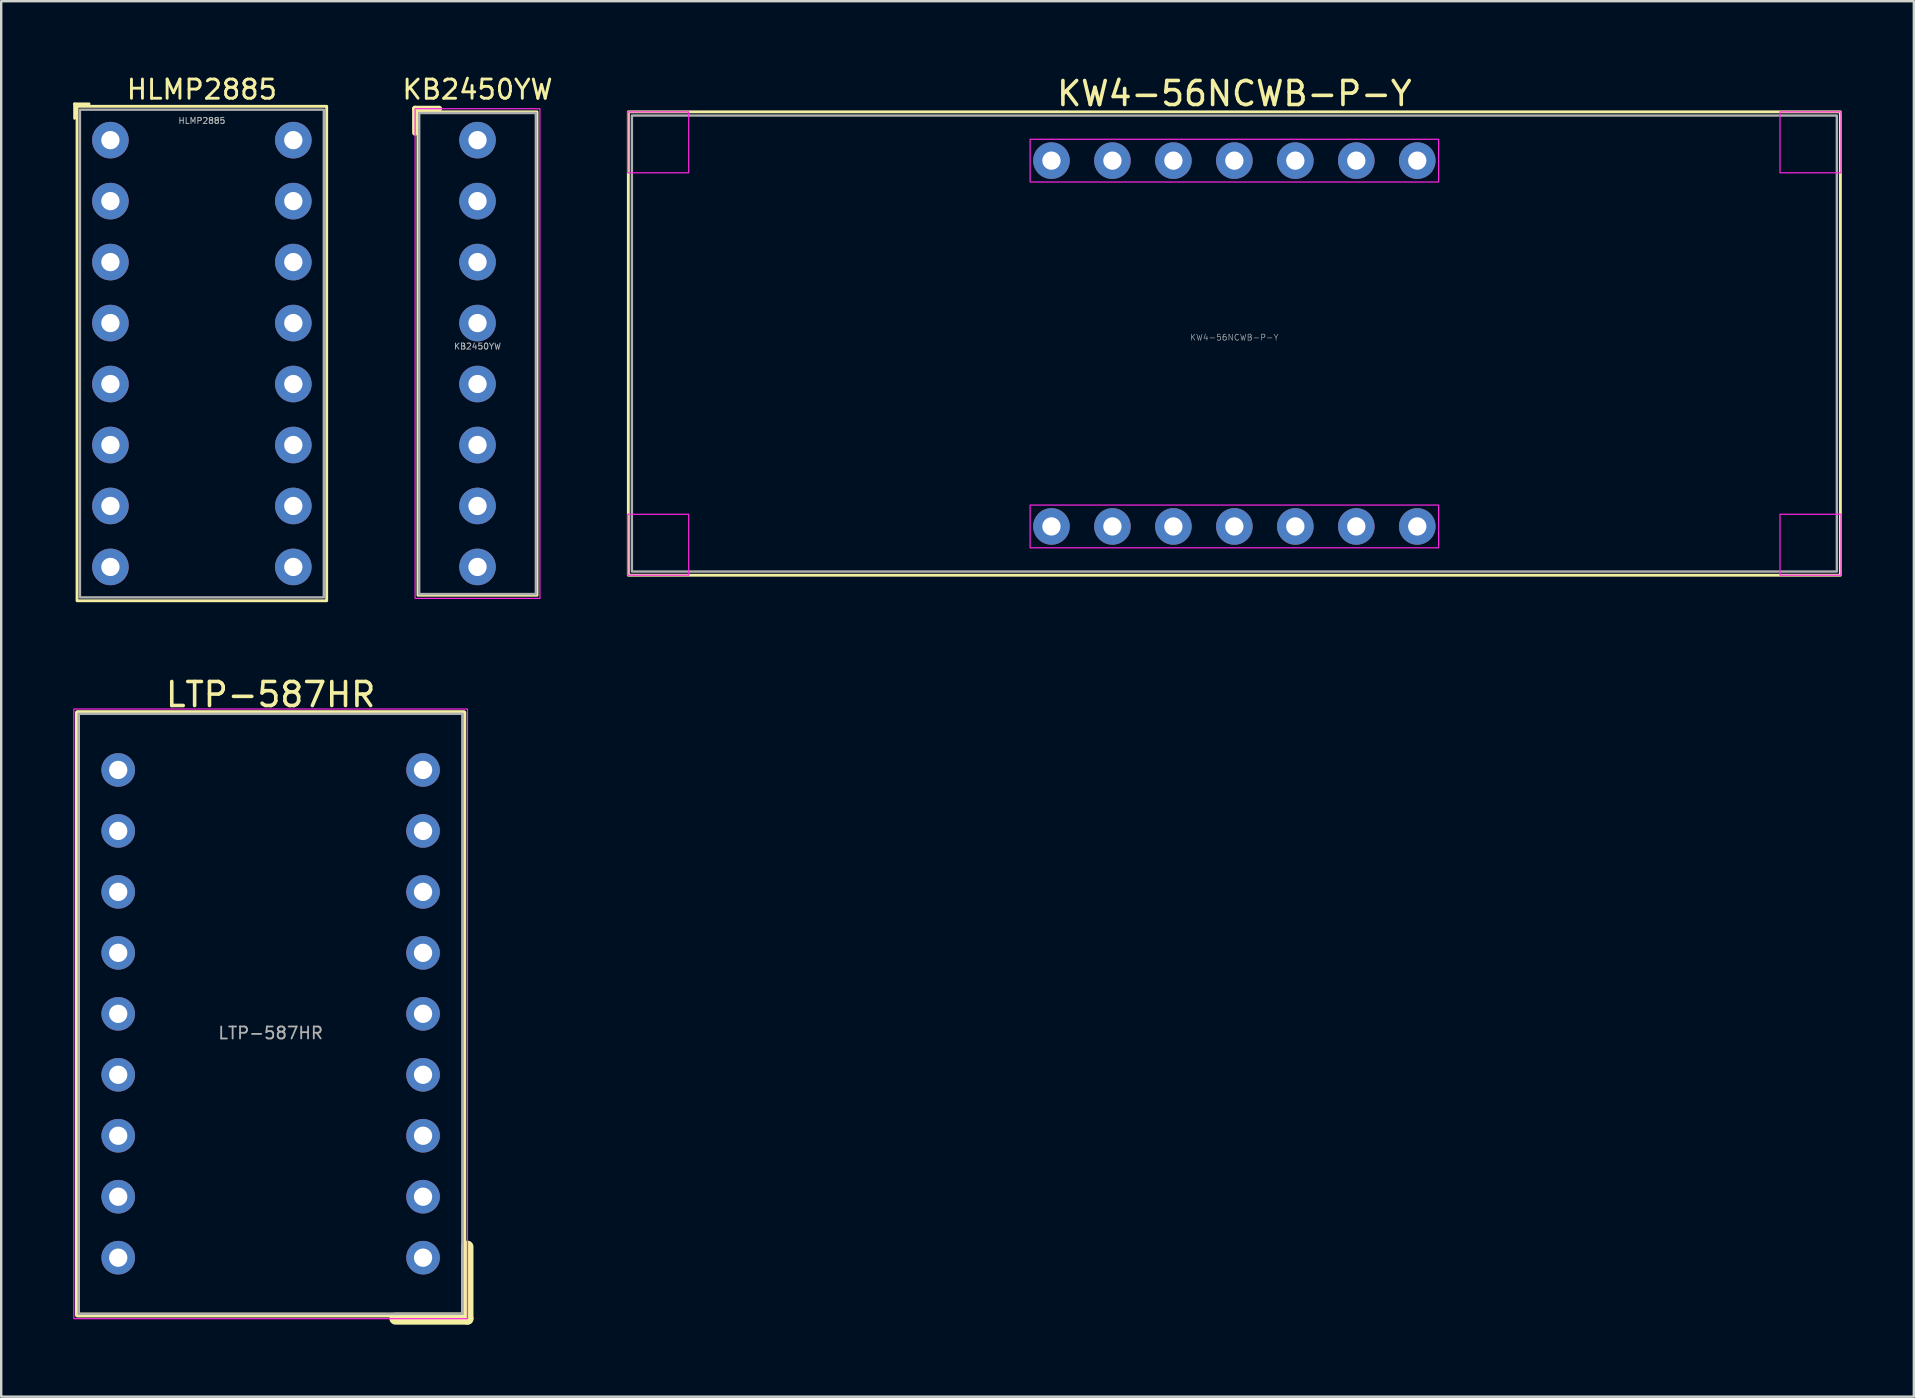
<source format=kicad_pcb>
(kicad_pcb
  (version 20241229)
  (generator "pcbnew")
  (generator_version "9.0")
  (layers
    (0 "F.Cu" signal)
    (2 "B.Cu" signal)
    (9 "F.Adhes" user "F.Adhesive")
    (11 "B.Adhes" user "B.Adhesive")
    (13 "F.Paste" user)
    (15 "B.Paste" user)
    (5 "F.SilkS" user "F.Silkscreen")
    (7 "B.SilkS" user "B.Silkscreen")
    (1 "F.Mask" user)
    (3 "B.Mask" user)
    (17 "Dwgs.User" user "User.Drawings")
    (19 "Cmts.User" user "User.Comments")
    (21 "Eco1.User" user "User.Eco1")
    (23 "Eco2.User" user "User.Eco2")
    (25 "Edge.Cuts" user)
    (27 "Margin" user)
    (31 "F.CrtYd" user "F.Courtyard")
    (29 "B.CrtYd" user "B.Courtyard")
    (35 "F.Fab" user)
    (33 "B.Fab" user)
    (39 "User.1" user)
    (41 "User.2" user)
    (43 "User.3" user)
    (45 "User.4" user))
  (footprint "KB2450YW"
    (layer "F.Cu")
    (at 16.844 11.679)
    (property "Reference" "KB2450YW" (at 0 -11 0) (unlocked yes) (layer "F.SilkS") (effects (font (size 0.8 0.8) (thickness 0.12))))
    (attr through_hole)
    (fp_line (start -2.6 -10.2) (end -1.6 -10.2) (stroke (width 0.25) (type default)) (layer "F.SilkS"))
    (fp_line (start -2.6 -9.2) (end -2.6 -10.2) (stroke (width 0.25) (type default)) (layer "F.SilkS"))
    (fp_rect (start -2.48 -10.07) (end 2.48 10.07) (stroke (width 0.12) (type default)) (fill no) (layer "F.SilkS"))
    (fp_rect (start -2.6 -10.2) (end 2.6 10.2) (stroke (width 0.05) (type default)) (fill no) (layer "F.CrtYd"))
    (fp_rect (start -2.43 -10.02) (end 2.43 10.02) (stroke (width 0.1) (type default)) (fill no) (layer "F.Fab"))
    (fp_text user "${REFERENCE}" (at 0 -0.3 0) (unlocked yes) (layer "F.Fab") (effects (font (size 0.25 0.25) (thickness 0.04))))
    (pad "1" thru_hole circle (at 0 -8.89) (size 1.524 1.524) (drill 0.762) (layers "*.Cu" "*.Mask"))
    (pad "2" thru_hole circle (at 0 -6.35) (size 1.524 1.524) (drill 0.762) (layers "*.Cu" "*.Mask"))
    (pad "3" thru_hole circle (at 0 -3.81) (size 1.524 1.524) (drill 0.762) (layers "*.Cu" "*.Mask"))
    (pad "4" thru_hole circle (at 0 -1.27) (size 1.524 1.524) (drill 0.762) (layers "*.Cu" "*.Mask"))
    (pad "5" thru_hole circle (at 0 1.27) (size 1.524 1.524) (drill 0.762) (layers "*.Cu" "*.Mask"))
    (pad "6" thru_hole circle (at 0 3.81) (size 1.524 1.524) (drill 0.762) (layers "*.Cu" "*.Mask"))
    (pad "7" thru_hole circle (at 0 6.35) (size 1.524 1.524) (drill 0.762) (layers "*.Cu" "*.Mask"))
    (pad "8" thru_hole circle (at 0 8.89) (size 1.524 1.524) (drill 0.762) (layers "*.Cu" "*.Mask")))
  (footprint "KW4-56NCWB-P-Y"
    (layer "F.Cu")
    (at 48.375 11.262)
    (property "Reference" "KW4-56NCWB-P-Y" (at 0 -10.414 0) (unlocked yes) (layer "F.SilkS") (effects (font (size 1 1) (thickness 0.15))))
    (attr through_hole)
    (fp_rect (start -25.248 -9.652) (end 25.248 9.652) (stroke (width 0.12) (type solid)) (fill no) (layer "F.SilkS"))
    (fp_rect (start -25.273 -7.112) (end -22.733 -9.652) (stroke (width 0.05) (type solid)) (fill no) (layer "F.CrtYd"))
    (fp_rect (start -25.273 9.652) (end -22.733 7.112) (stroke (width 0.05) (type solid)) (fill no) (layer "F.CrtYd"))
    (fp_rect (start -8.509 -8.509) (end 8.509 -6.731) (stroke (width 0.05) (type solid)) (fill no) (layer "F.CrtYd"))
    (fp_rect (start -8.509 6.731) (end 8.509 8.509) (stroke (width 0.05) (type solid)) (fill no) (layer "F.CrtYd"))
    (fp_rect (start 25.273 -9.652) (end 22.733 -7.112) (stroke (width 0.05) (type solid)) (fill no) (layer "F.CrtYd"))
    (fp_rect (start 25.273 9.652) (end 22.733 7.112) (stroke (width 0.05) (type solid)) (fill no) (layer "F.CrtYd"))
    (fp_rect (start -25.1 -9.5) (end 25.1 9.5) (stroke (width 0.1) (type solid)) (fill no) (layer "F.Fab"))
    (fp_text user "${REFERENCE}" (at 0 -0.254 0) (unlocked yes) (layer "F.Fab") (effects (font (size 0.25 0.25) (thickness 0.025))))
    (pad "1" thru_hole circle (at -7.62 7.62) (size 1.524 1.524) (drill 0.762) (layers "*.Cu" "*.Mask"))
    (pad "2" thru_hole circle (at -5.08 7.62) (size 1.524 1.524) (drill 0.762) (layers "*.Cu" "*.Mask"))
    (pad "3" thru_hole circle (at -2.54 7.62) (size 1.524 1.524) (drill 0.762) (layers "*.Cu" "*.Mask"))
    (pad "4" thru_hole circle (at 0 7.62) (size 1.524 1.524) (drill 0.762) (layers "*.Cu" "*.Mask"))
    (pad "5" thru_hole circle (at 2.54 7.62) (size 1.524 1.524) (drill 0.762) (layers "*.Cu" "*.Mask"))
    (pad "6" thru_hole circle (at 5.08 7.62) (size 1.524 1.524) (drill 0.762) (layers "*.Cu" "*.Mask"))
    (pad "7" thru_hole circle (at 7.62 7.62) (size 1.524 1.524) (drill 0.762) (layers "*.Cu" "*.Mask"))
    (pad "8" thru_hole circle (at 7.62 -7.62) (size 1.524 1.524) (drill 0.762) (layers "*.Cu" "*.Mask"))
    (pad "9" thru_hole circle (at 5.08 -7.62) (size 1.524 1.524) (drill 0.762) (layers "*.Cu" "*.Mask"))
    (pad "10" thru_hole circle (at 2.54 -7.62) (size 1.524 1.524) (drill 0.762) (layers "*.Cu" "*.Mask"))
    (pad "11" thru_hole circle (at 0 -7.62) (size 1.524 1.524) (drill 0.762) (layers "*.Cu" "*.Mask"))
    (pad "12" thru_hole circle (at -2.54 -7.62) (size 1.524 1.524) (drill 0.762) (layers "*.Cu" "*.Mask"))
    (pad "13" thru_hole circle (at -5.08 -7.62) (size 1.524 1.524) (drill 0.762) (layers "*.Cu" "*.Mask"))
    (pad "14" thru_hole circle (at -7.62 -7.62) (size 1.524 1.524) (drill 0.762) (layers "*.Cu" "*.Mask")))
  (footprint "HLMP2885"
    (layer "F.Cu")
    (at 5.36 11.679)
    (property "Reference" "HLMP2885" (at 0 -11 0) (unlocked yes) (layer "F.SilkS") (effects (font (size 0.8 0.8) (thickness 0.12))))
    (attr through_hole)
    (fp_line (start -5.3 -10.4) (end -4.7 -10.4) (stroke (width 0.12) (type default)) (layer "F.SilkS"))
    (fp_line (start -5.3 -9.8) (end -5.3 -10.4) (stroke (width 0.12) (type default)) (layer "F.SilkS"))
    (fp_rect (start -5.2 -10.3) (end 5.2 10.3) (stroke (width 0.12) (type default)) (fill no) (layer "F.SilkS"))
    (fp_rect (start -5.08 -10.16) (end 5.08 10.16) (stroke (width 0.1) (type default)) (fill no) (layer "F.Fab"))
    (fp_text user "${REFERENCE}" (at 0 -9.7 0) (unlocked yes) (layer "F.Fab") (effects (font (size 0.25 0.25) (thickness 0.04))))
    (pad "1" thru_hole circle (at -3.81 -8.89) (size 1.524 1.524) (drill 0.762) (layers "*.Cu" "*.Mask"))
    (pad "2" thru_hole circle (at -3.81 -6.35) (size 1.524 1.524) (drill 0.762) (layers "*.Cu" "*.Mask"))
    (pad "3" thru_hole circle (at -3.81 -3.81) (size 1.524 1.524) (drill 0.762) (layers "*.Cu" "*.Mask"))
    (pad "4" thru_hole circle (at -3.81 -1.27) (size 1.524 1.524) (drill 0.762) (layers "*.Cu" "*.Mask"))
    (pad "5" thru_hole circle (at -3.81 1.27) (size 1.524 1.524) (drill 0.762) (layers "*.Cu" "*.Mask"))
    (pad "6" thru_hole circle (at -3.81 3.81) (size 1.524 1.524) (drill 0.762) (layers "*.Cu" "*.Mask"))
    (pad "7" thru_hole circle (at -3.81 6.35) (size 1.524 1.524) (drill 0.762) (layers "*.Cu" "*.Mask"))
    (pad "8" thru_hole circle (at -3.81 8.89) (size 1.524 1.524) (drill 0.762) (layers "*.Cu" "*.Mask"))
    (pad "9" thru_hole circle (at 3.81 8.89) (size 1.524 1.524) (drill 0.762) (layers "*.Cu" "*.Mask"))
    (pad "10" thru_hole circle (at 3.81 6.35) (size 1.524 1.524) (drill 0.762) (layers "*.Cu" "*.Mask"))
    (pad "11" thru_hole circle (at 3.81 3.81) (size 1.524 1.524) (drill 0.762) (layers "*.Cu" "*.Mask"))
    (pad "12" thru_hole circle (at 3.81 1.27) (size 1.524 1.524) (drill 0.762) (layers "*.Cu" "*.Mask"))
    (pad "13" thru_hole circle (at 3.81 -1.27) (size 1.524 1.524) (drill 0.762) (layers "*.Cu" "*.Mask"))
    (pad "14" thru_hole circle (at 3.81 -3.81) (size 1.524 1.524) (drill 0.762) (layers "*.Cu" "*.Mask"))
    (pad "15" thru_hole circle (at 3.81 -6.35) (size 1.524 1.524) (drill 0.762) (layers "*.Cu" "*.Mask"))
    (pad "16" thru_hole circle (at 3.81 -8.89) (size 1.524 1.524) (drill 0.762) (layers "*.Cu" "*.Mask")))
  (footprint "LTP-587HR"
    (layer "F.Cu")
    (at 8.225 39.187)
    (property "Reference" "LTP-587HR" (at 0 -13.3 0) (unlocked yes) (layer "F.SilkS") (effects (font (size 1 1) (thickness 0.15))))
    (attr through_hole)
    (fp_line (start 5.2 12.7) (end 8.2 12.7) (stroke (width 0.5) (type default)) (layer "F.SilkS"))
    (fp_line (start 8.2 12.7) (end 8.2 9.7) (stroke (width 0.5) (type default)) (layer "F.SilkS"))
    (fp_rect (start -8.05 -12.55) (end 8.05 12.55) (stroke (width 0.2) (type default)) (fill no) (layer "F.SilkS"))
    (fp_rect (start -8.2 -12.7) (end 8.2 12.7) (stroke (width 0.05) (type default)) (fill no) (layer "F.CrtYd"))
    (fp_rect (start -8 -12.5) (end 8 12.5) (stroke (width 0.1) (type default)) (fill no) (layer "F.Fab"))
    (fp_text user "${REFERENCE}" (at 0 0.8 0) (unlocked yes) (layer "F.Fab") (effects (font (size 0.5 0.5) (thickness 0.075))))
    (pad "1" thru_hole circle (at -6.35 -10.16) (size 1.4 1.4) (drill 0.762) (layers "*.Cu" "*.Mask"))
    (pad "2" thru_hole circle (at -6.35 -7.62) (size 1.4 1.4) (drill 0.762) (layers "*.Cu" "*.Mask"))
    (pad "3" thru_hole circle (at -6.35 -5.08) (size 1.4 1.4) (drill 0.762) (layers "*.Cu" "*.Mask"))
    (pad "4" thru_hole circle (at -6.35 -2.54) (size 1.4 1.4) (drill 0.762) (layers "*.Cu" "*.Mask"))
    (pad "5" thru_hole circle (at -6.35 0) (size 1.4 1.4) (drill 0.762) (layers "*.Cu" "*.Mask"))
    (pad "6" thru_hole circle (at -6.35 2.54) (size 1.4 1.4) (drill 0.762) (layers "*.Cu" "*.Mask"))
    (pad "7" thru_hole circle (at -6.35 5.08) (size 1.4 1.4) (drill 0.762) (layers "*.Cu" "*.Mask"))
    (pad "8" thru_hole circle (at -6.35 7.62) (size 1.4 1.4) (drill 0.762) (layers "*.Cu" "*.Mask"))
    (pad "9" thru_hole circle (at -6.35 10.16) (size 1.4 1.4) (drill 0.762) (layers "*.Cu" "*.Mask"))
    (pad "10" thru_hole circle (at 6.35 10.16) (size 1.4 1.4) (drill 0.762) (layers "*.Cu" "*.Mask"))
    (pad "11" thru_hole circle (at 6.35 7.62) (size 1.4 1.4) (drill 0.762) (layers "*.Cu" "*.Mask"))
    (pad "12" thru_hole circle (at 6.35 5.08) (size 1.4 1.4) (drill 0.762) (layers "*.Cu" "*.Mask"))
    (pad "13" thru_hole circle (at 6.35 2.54) (size 1.4 1.4) (drill 0.762) (layers "*.Cu" "*.Mask"))
    (pad "14" thru_hole circle (at 6.35 0) (size 1.4 1.4) (drill 0.762) (layers "*.Cu" "*.Mask"))
    (pad "15" thru_hole circle (at 6.35 -2.54) (size 1.4 1.4) (drill 0.762) (layers "*.Cu" "*.Mask"))
    (pad "16" thru_hole circle (at 6.35 -5.08) (size 1.4 1.4) (drill 0.762) (layers "*.Cu" "*.Mask"))
    (pad "17" thru_hole circle (at 6.35 -7.62) (size 1.4 1.4) (drill 0.762) (layers "*.Cu" "*.Mask"))
    (pad "18" thru_hole circle (at 6.35 -10.16) (size 1.4 1.4) (drill 0.762) (layers "*.Cu" "*.Mask")))
  (gr_rect
    (start -3 -3)
    (end 76.683 55.137)
    (stroke (width 0.1) (type default))
    (fill no)
    (layer "Edge.Cuts")))
</source>
